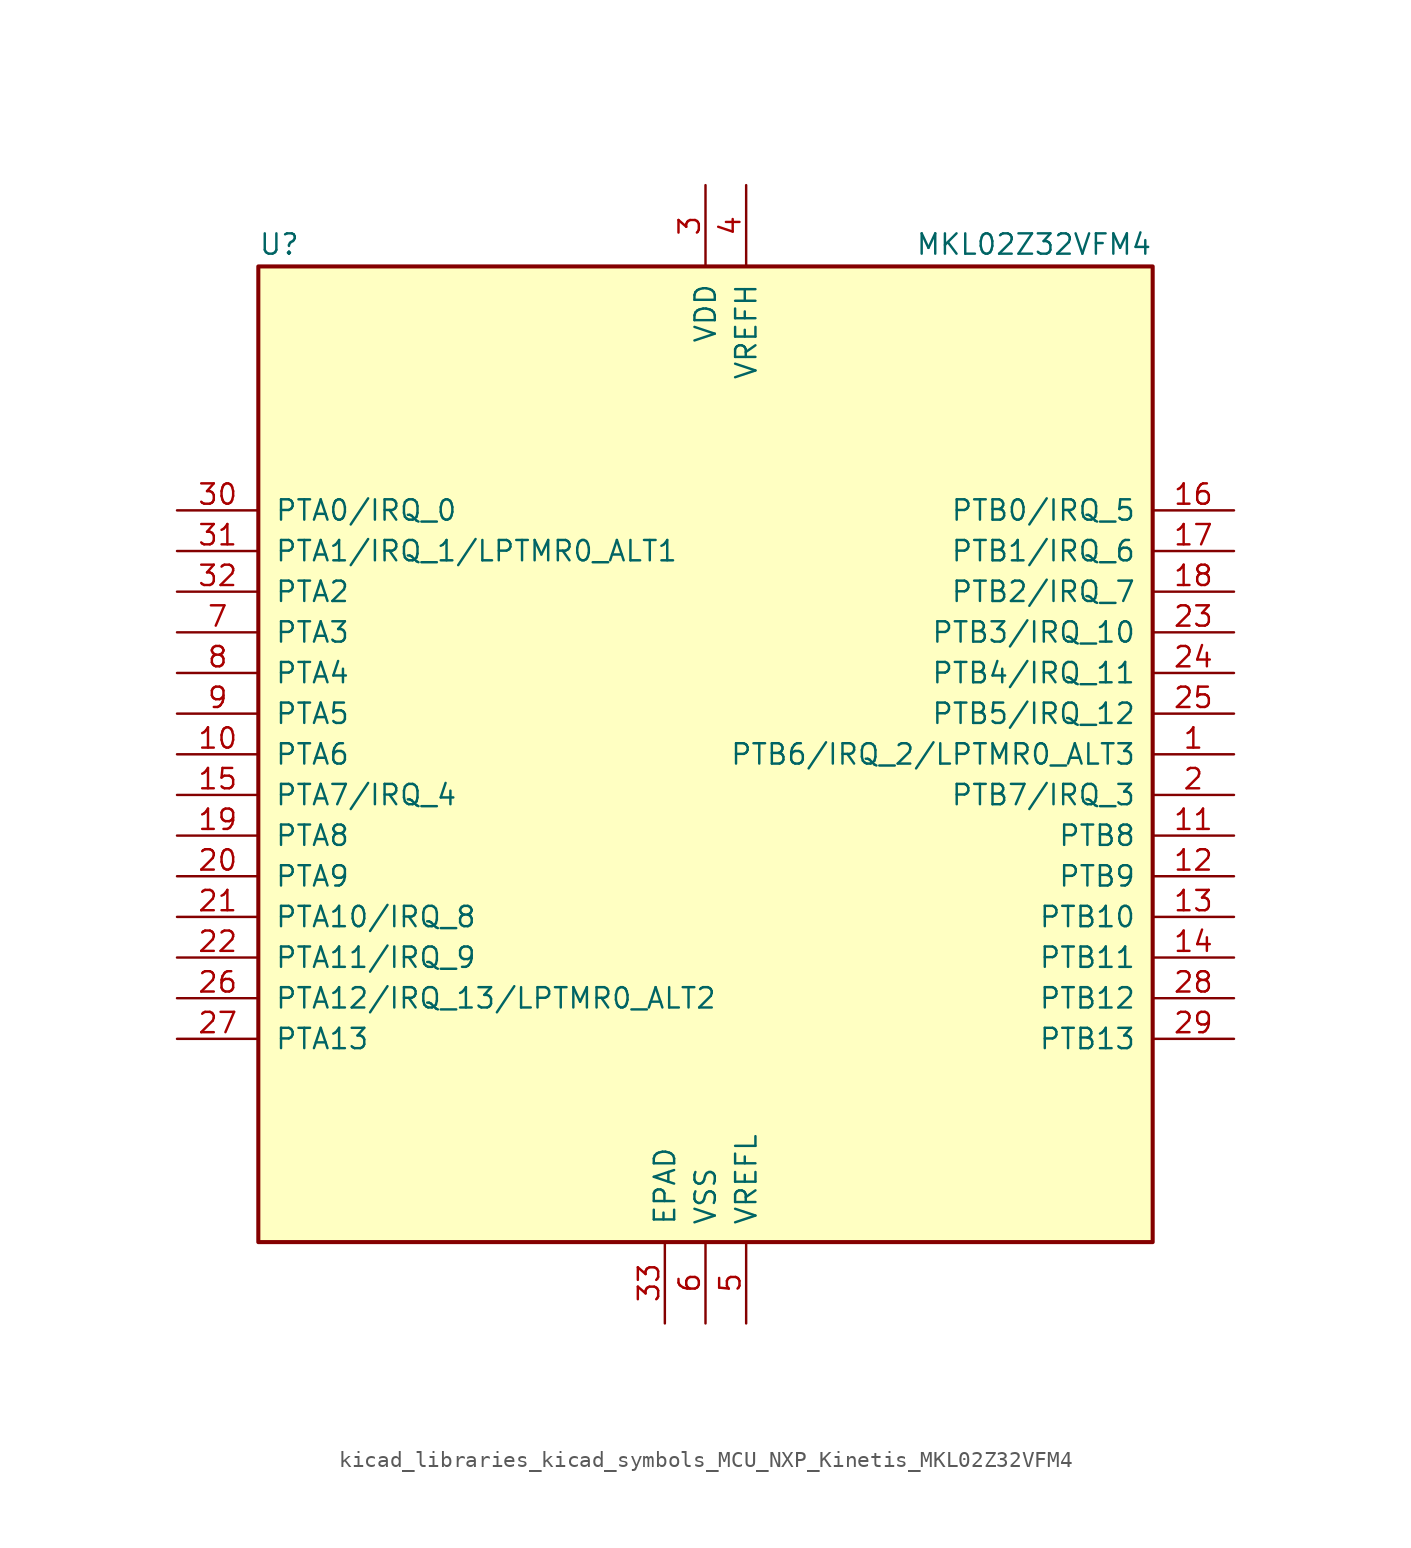
<source format=kicad_sym>
(kicad_symbol_lib
  (version 20220914)
  (generator kicad_symbol_editor)
  (symbol "kicad_libraries_kicad_symbols_MCU_NXP_Kinetis_MKL02Z32VFM4"
    (pin_names
      (offset 1.016))
    (property "Reference" "U"
      (at -27.94 31.115 0)
      (effects (font (size 1.27 1.27)) (justify left bottom)))
    (property "Value" "MKL02Z32VFM4"
      (at 27.94 31.115 0)
      (effects (font (size 1.27 1.27)) (justify right bottom)))
    (symbol "kicad_libraries_kicad_symbols_MCU_NXP_Kinetis_MKL02Z32VFM4_0_1"
      (rectangle (start -27.94 30.48) (end 27.94 -30.48) (stroke (width 0.254) (type default)) (fill (type background))))
    (symbol "kicad_libraries_kicad_symbols_MCU_NXP_Kinetis_MKL02Z32VFM4_1_1"
      (pin bidirectional line (at 33.02 0 180) (length 5.08) (name "PTB6/IRQ_2/LPTMR0_ALT3" (effects (font (size 1.27 1.27)))) (number "1" (effects (font (size 1.27 1.27)))))
      (pin bidirectional line (at -33.02 0 0) (length 5.08) (name "PTA6" (effects (font (size 1.27 1.27)))) (number "10" (effects (font (size 1.27 1.27)))))
      (pin bidirectional line (at 33.02 -5.08 180) (length 5.08) (name "PTB8" (effects (font (size 1.27 1.27)))) (number "11" (effects (font (size 1.27 1.27)))))
      (pin bidirectional line (at 33.02 -7.62 180) (length 5.08) (name "PTB9" (effects (font (size 1.27 1.27)))) (number "12" (effects (font (size 1.27 1.27)))))
      (pin bidirectional line (at 33.02 -10.16 180) (length 5.08) (name "PTB10" (effects (font (size 1.27 1.27)))) (number "13" (effects (font (size 1.27 1.27)))))
      (pin bidirectional line (at 33.02 -12.7 180) (length 5.08) (name "PTB11" (effects (font (size 1.27 1.27)))) (number "14" (effects (font (size 1.27 1.27)))))
      (pin bidirectional line (at -33.02 -2.54 0) (length 5.08) (name "PTA7/IRQ_4" (effects (font (size 1.27 1.27)))) (number "15" (effects (font (size 1.27 1.27)))))
      (pin bidirectional line (at 33.02 15.24 180) (length 5.08) (name "PTB0/IRQ_5" (effects (font (size 1.27 1.27)))) (number "16" (effects (font (size 1.27 1.27)))))
      (pin bidirectional line (at 33.02 12.7 180) (length 5.08) (name "PTB1/IRQ_6" (effects (font (size 1.27 1.27)))) (number "17" (effects (font (size 1.27 1.27)))))
      (pin bidirectional line (at 33.02 10.16 180) (length 5.08) (name "PTB2/IRQ_7" (effects (font (size 1.27 1.27)))) (number "18" (effects (font (size 1.27 1.27)))))
      (pin bidirectional line (at -33.02 -5.08 0) (length 5.08) (name "PTA8" (effects (font (size 1.27 1.27)))) (number "19" (effects (font (size 1.27 1.27)))))
      (pin bidirectional line (at 33.02 -2.54 180) (length 5.08) (name "PTB7/IRQ_3" (effects (font (size 1.27 1.27)))) (number "2" (effects (font (size 1.27 1.27)))))
      (pin bidirectional line (at -33.02 -7.62 0) (length 5.08) (name "PTA9" (effects (font (size 1.27 1.27)))) (number "20" (effects (font (size 1.27 1.27)))))
      (pin bidirectional line (at -33.02 -10.16 0) (length 5.08) (name "PTA10/IRQ_8" (effects (font (size 1.27 1.27)))) (number "21" (effects (font (size 1.27 1.27)))))
      (pin bidirectional line (at -33.02 -12.7 0) (length 5.08) (name "PTA11/IRQ_9" (effects (font (size 1.27 1.27)))) (number "22" (effects (font (size 1.27 1.27)))))
      (pin bidirectional line (at 33.02 7.62 180) (length 5.08) (name "PTB3/IRQ_10" (effects (font (size 1.27 1.27)))) (number "23" (effects (font (size 1.27 1.27)))))
      (pin bidirectional line (at 33.02 5.08 180) (length 5.08) (name "PTB4/IRQ_11" (effects (font (size 1.27 1.27)))) (number "24" (effects (font (size 1.27 1.27)))))
      (pin bidirectional line (at 33.02 2.54 180) (length 5.08) (name "PTB5/IRQ_12" (effects (font (size 1.27 1.27)))) (number "25" (effects (font (size 1.27 1.27)))))
      (pin bidirectional line (at -33.02 -15.24 0) (length 5.08) (name "PTA12/IRQ_13/LPTMR0_ALT2" (effects (font (size 1.27 1.27)))) (number "26" (effects (font (size 1.27 1.27)))))
      (pin bidirectional line (at -33.02 -17.78 0) (length 5.08) (name "PTA13" (effects (font (size 1.27 1.27)))) (number "27" (effects (font (size 1.27 1.27)))))
      (pin bidirectional line (at 33.02 -15.24 180) (length 5.08) (name "PTB12" (effects (font (size 1.27 1.27)))) (number "28" (effects (font (size 1.27 1.27)))))
      (pin bidirectional line (at 33.02 -17.78 180) (length 5.08) (name "PTB13" (effects (font (size 1.27 1.27)))) (number "29" (effects (font (size 1.27 1.27)))))
      (pin power_in line (at 0 35.56 270) (length 5.08) (name "VDD" (effects (font (size 1.27 1.27)))) (number "3" (effects (font (size 1.27 1.27)))))
      (pin bidirectional line (at -33.02 15.24 0) (length 5.08) (name "PTA0/IRQ_0" (effects (font (size 1.27 1.27)))) (number "30" (effects (font (size 1.27 1.27)))))
      (pin bidirectional line (at -33.02 12.7 0) (length 5.08) (name "PTA1/IRQ_1/LPTMR0_ALT1" (effects (font (size 1.27 1.27)))) (number "31" (effects (font (size 1.27 1.27)))))
      (pin bidirectional line (at -33.02 10.16 0) (length 5.08) (name "PTA2" (effects (font (size 1.27 1.27)))) (number "32" (effects (font (size 1.27 1.27)))))
      (pin power_in line (at -2.54 -35.56 90) (length 5.08) (name "EPAD" (effects (font (size 1.27 1.27)))) (number "33" (effects (font (size 1.27 1.27)))))
      (pin power_in line (at 2.54 35.56 270) (length 5.08) (name "VREFH" (effects (font (size 1.27 1.27)))) (number "4" (effects (font (size 1.27 1.27)))))
      (pin power_in line (at 2.54 -35.56 90) (length 5.08) (name "VREFL" (effects (font (size 1.27 1.27)))) (number "5" (effects (font (size 1.27 1.27)))))
      (pin power_in line (at 0 -35.56 90) (length 5.08) (name "VSS" (effects (font (size 1.27 1.27)))) (number "6" (effects (font (size 1.27 1.27)))))
      (pin bidirectional line (at -33.02 7.62 0) (length 5.08) (name "PTA3" (effects (font (size 1.27 1.27)))) (number "7" (effects (font (size 1.27 1.27)))))
      (pin bidirectional line (at -33.02 5.08 0) (length 5.08) (name "PTA4" (effects (font (size 1.27 1.27)))) (number "8" (effects (font (size 1.27 1.27)))))
      (pin bidirectional line (at -33.02 2.54 0) (length 5.08) (name "PTA5" (effects (font (size 1.27 1.27)))) (number "9" (effects (font (size 1.27 1.27))))))))
</source>
